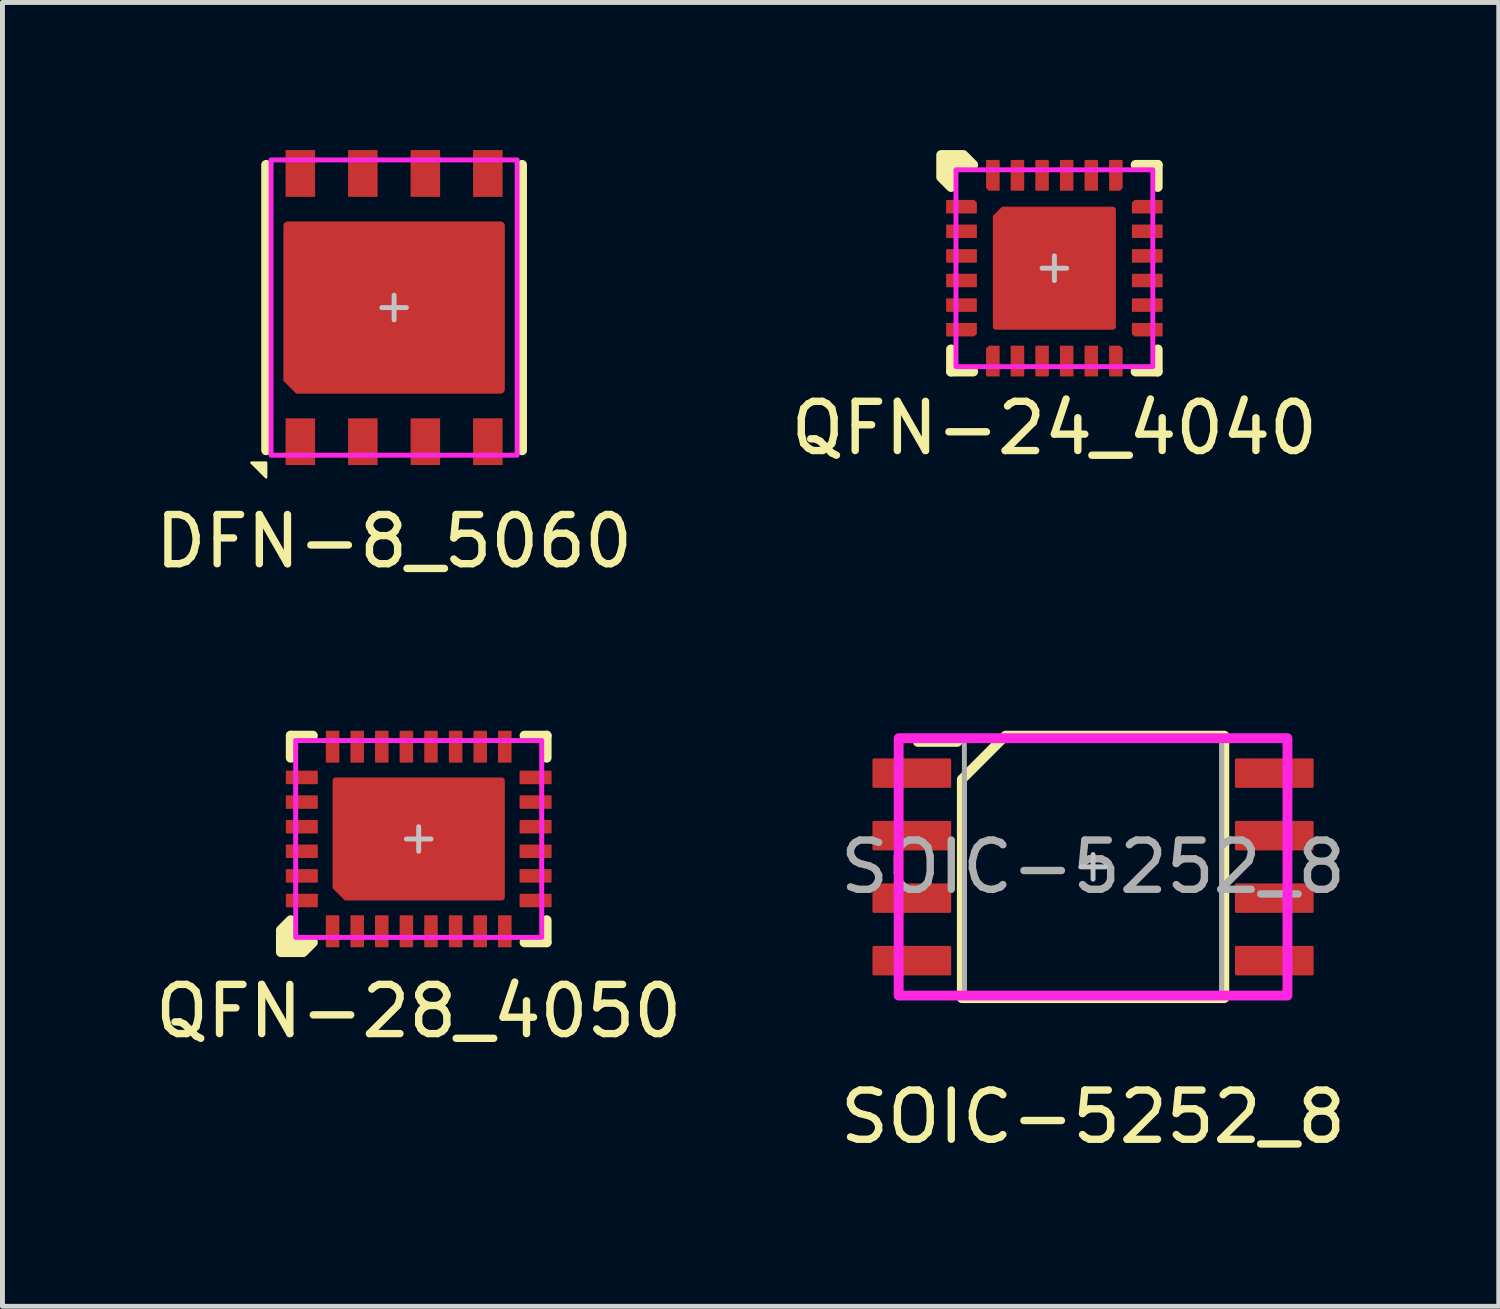
<source format=kicad_pcb>
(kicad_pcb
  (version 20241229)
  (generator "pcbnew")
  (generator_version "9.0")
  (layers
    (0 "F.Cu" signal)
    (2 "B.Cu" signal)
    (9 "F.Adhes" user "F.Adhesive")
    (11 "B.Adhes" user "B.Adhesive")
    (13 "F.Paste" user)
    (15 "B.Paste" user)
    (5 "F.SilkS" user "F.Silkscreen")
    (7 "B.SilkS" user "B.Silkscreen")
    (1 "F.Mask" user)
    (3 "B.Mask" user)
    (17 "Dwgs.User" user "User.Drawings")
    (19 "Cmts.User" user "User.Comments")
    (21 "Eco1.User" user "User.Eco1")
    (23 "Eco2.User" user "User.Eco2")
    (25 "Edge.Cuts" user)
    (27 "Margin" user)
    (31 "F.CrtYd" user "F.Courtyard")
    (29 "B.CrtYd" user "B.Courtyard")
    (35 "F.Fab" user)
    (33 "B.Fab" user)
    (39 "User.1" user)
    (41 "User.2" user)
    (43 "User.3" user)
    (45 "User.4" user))
  (footprint "QFN-28_4050"
    (layer "F.Cu")
    (at 5.458 13.998)
    (property "Reference" "QFN-28_4050" (at 0 3.5 0) (unlocked yes) (layer "F.SilkS") (effects (font (size 1 1) (thickness 0.15))))
    (attr smd)
    (fp_line (start -2.6 -2.1) (end -2.6 -1.65) (stroke (width 0.2) (type solid)) (layer "F.SilkS"))
    (fp_line (start -2.15 -2.1) (end -2.6 -2.1) (stroke (width 0.2) (type solid)) (layer "F.SilkS"))
    (fp_line (start 2.15 2.1) (end 2.6 2.1) (stroke (width 0.2) (type solid)) (layer "F.SilkS"))
    (fp_line (start 2.6 -2.1) (end 2.15 -2.1) (stroke (width 0.2) (type solid)) (layer "F.SilkS"))
    (fp_line (start 2.6 -1.65) (end 2.6 -2.1) (stroke (width 0.2) (type solid)) (layer "F.SilkS"))
    (fp_line (start 2.6 2.1) (end 2.6 1.65) (stroke (width 0.2) (type solid)) (layer "F.SilkS"))
    (fp_poly (pts (xy -2.6 2.1) (xy -2.15 2.1) (xy -2.35 2.3) (xy -2.8 2.3) (xy -2.8 1.85) (xy -2.6 1.65)) (stroke (width 0.2) (type solid)) (fill yes) (layer "F.SilkS"))
    (fp_rect (start -1.6 -1.1) (end -0.75 -0.15) (stroke (width 0) (type solid)) (fill yes) (layer "F.Paste"))
    (fp_rect (start -0.45 -1.1) (end 0.45 -0.15) (stroke (width 0) (type solid)) (fill yes) (layer "F.Paste"))
    (fp_rect (start -0.45 0.15) (end 0.45 1.1) (stroke (width 0) (type solid)) (fill yes) (layer "F.Paste"))
    (fp_rect (start 0.75 -1.1) (end 1.6 -0.15) (stroke (width 0) (type solid)) (fill yes) (layer "F.Paste"))
    (fp_rect (start 0.75 0.15) (end 1.6 1.1) (stroke (width 0) (type solid)) (fill yes) (layer "F.Paste"))
    (fp_poly (pts (xy -0.75 1.1) (xy -1.4 1.1) (xy -1.6 0.9) (xy -1.6 0.15) (xy -0.75 0.15)) (stroke (width 0) (type solid)) (fill yes) (layer "F.Paste"))
    (fp_line (start -0.25 0) (end 0.25 0) (stroke (width 0.1) (type solid)) (layer "Dwgs.User"))
    (fp_line (start 0 0.25) (end 0 -0.25) (stroke (width 0.1) (type solid)) (layer "Dwgs.User"))
    (fp_rect (start -2.5 -2) (end 2.5 2) (stroke (width 0.1) (type solid)) (fill no) (layer "F.CrtYd"))
    (pad "1" smd roundrect (at -1.75 1.875 90) (size 0.65 0.275) (layers "F.Cu" "F.Mask" "F.Paste") (roundrect_rratio 0.05))
    (pad "2" smd roundrect (at -1.25 1.875 90) (size 0.65 0.275) (layers "F.Cu" "F.Mask" "F.Paste") (roundrect_rratio 0.05))
    (pad "3" smd roundrect (at -0.75 1.875 90) (size 0.65 0.275) (layers "F.Cu" "F.Mask" "F.Paste") (roundrect_rratio 0.05))
    (pad "4" smd roundrect (at -0.25 1.875 90) (size 0.65 0.275) (layers "F.Cu" "F.Mask" "F.Paste") (roundrect_rratio 0.05))
    (pad "5" smd roundrect (at 0.25 1.875 90) (size 0.65 0.275) (layers "F.Cu" "F.Mask" "F.Paste") (roundrect_rratio 0.05))
    (pad "6" smd roundrect (at 0.75 1.875 90) (size 0.65 0.275) (layers "F.Cu" "F.Mask" "F.Paste") (roundrect_rratio 0.05))
    (pad "7" smd roundrect (at 1.25 1.875 90) (size 0.65 0.275) (layers "F.Cu" "F.Mask" "F.Paste") (roundrect_rratio 0.05))
    (pad "8" smd roundrect (at 1.75 1.875 90) (size 0.65 0.275) (layers "F.Cu" "F.Mask" "F.Paste") (roundrect_rratio 0.05))
    (pad "9" smd roundrect (at 2.375 1.25) (size 0.65 0.275) (layers "F.Cu" "F.Mask" "F.Paste") (roundrect_rratio 0.05))
    (pad "10" smd roundrect (at 2.375 0.75) (size 0.65 0.275) (layers "F.Cu" "F.Mask" "F.Paste") (roundrect_rratio 0.05))
    (pad "11" smd roundrect (at 2.375 0.25) (size 0.65 0.275) (layers "F.Cu" "F.Mask" "F.Paste") (roundrect_rratio 0.05))
    (pad "12" smd roundrect (at 2.375 -0.25) (size 0.65 0.275) (layers "F.Cu" "F.Mask" "F.Paste") (roundrect_rratio 0.05))
    (pad "13" smd roundrect (at 2.375 -0.75) (size 0.65 0.275) (layers "F.Cu" "F.Mask" "F.Paste") (roundrect_rratio 0.05))
    (pad "14" smd roundrect (at 2.375 -1.25) (size 0.65 0.275) (layers "F.Cu" "F.Mask" "F.Paste") (roundrect_rratio 0.05))
    (pad "15" smd roundrect (at 1.75 -1.875 90) (size 0.65 0.275) (layers "F.Cu" "F.Mask" "F.Paste") (roundrect_rratio 0.05))
    (pad "16" smd roundrect (at 1.25 -1.875 90) (size 0.65 0.275) (layers "F.Cu" "F.Mask" "F.Paste") (roundrect_rratio 0.05))
    (pad "17" smd roundrect (at 0.75 -1.875 90) (size 0.65 0.275) (layers "F.Cu" "F.Mask" "F.Paste") (roundrect_rratio 0.05))
    (pad "18" smd roundrect (at 0.25 -1.875 90) (size 0.65 0.275) (layers "F.Cu" "F.Mask" "F.Paste") (roundrect_rratio 0.05))
    (pad "19" smd roundrect (at -0.25 -1.875 90) (size 0.65 0.275) (layers "F.Cu" "F.Mask" "F.Paste") (roundrect_rratio 0.05))
    (pad "20" smd roundrect (at -0.75 -1.875 90) (size 0.65 0.275) (layers "F.Cu" "F.Mask" "F.Paste") (roundrect_rratio 0.05))
    (pad "21" smd roundrect (at -1.25 -1.875 90) (size 0.65 0.275) (layers "F.Cu" "F.Mask" "F.Paste") (roundrect_rratio 0.05))
    (pad "22" smd roundrect (at -1.75 -1.875 90) (size 0.65 0.275) (layers "F.Cu" "F.Mask" "F.Paste") (roundrect_rratio 0.05))
    (pad "23" smd roundrect (at -2.375 -1.25) (size 0.65 0.275) (layers "F.Cu" "F.Mask" "F.Paste") (roundrect_rratio 0.05))
    (pad "24" smd roundrect (at -2.375 -0.75) (size 0.65 0.275) (layers "F.Cu" "F.Mask" "F.Paste") (roundrect_rratio 0.05))
    (pad "25" smd roundrect (at -2.375 -0.25) (size 0.65 0.275) (layers "F.Cu" "F.Mask" "F.Paste") (roundrect_rratio 0.05))
    (pad "26" smd roundrect (at -2.375 0.25) (size 0.65 0.275) (layers "F.Cu" "F.Mask" "F.Paste") (roundrect_rratio 0.05))
    (pad "27" smd roundrect (at -2.375 0.75) (size 0.65 0.275) (layers "F.Cu" "F.Mask" "F.Paste") (roundrect_rratio 0.05))
    (pad "28" smd roundrect (at -2.375 1.25) (size 0.65 0.275) (layers "F.Cu" "F.Mask" "F.Paste") (roundrect_rratio 0.05))
    (pad "EP" smd roundrect (at 0 0) (size 3.5 2.5) (layers "F.Cu" "F.Mask") (roundrect_rratio 0.025) (chamfer_ratio 0.1) (chamfer bottom_left)))
  (footprint "DFN-8_5060"
    (layer "F.Cu")
    (at 4.958 3.2)
    (property "Reference" "DFN-8_5060" (at 0 4.75 0) (unlocked yes) (layer "F.SilkS") (effects (font (size 1 1) (thickness 0.15))))
    (attr smd)
    (fp_line (start -2.6 -2.9) (end -2.6 2.9) (stroke (width 0.2) (type solid)) (layer "F.SilkS"))
    (fp_line (start 2.6 -2.9) (end 2.6 2.9) (stroke (width 0.2) (type solid)) (layer "F.SilkS"))
    (fp_poly (pts (xy -2.9 3.15) (xy -2.6 3.15) (xy -2.6 3.45)) (stroke (width 0.05) (type solid)) (fill yes) (layer "F.SilkS"))
    (fp_rect (start -2.1 -1.6) (end -0.9 -0.75) (stroke (width 0) (type solid)) (fill yes) (layer "F.Paste"))
    (fp_rect (start -2.1 -0.45) (end -0.9 0.45) (stroke (width 0) (type solid)) (fill yes) (layer "F.Paste"))
    (fp_rect (start -0.6 -1.6) (end 0.6 -0.75) (stroke (width 0) (type solid)) (fill yes) (layer "F.Paste"))
    (fp_rect (start -0.6 -0.45) (end 0.6 0.45) (stroke (width 0) (type solid)) (fill yes) (layer "F.Paste"))
    (fp_rect (start -0.6 0.75) (end 0.6 1.6) (stroke (width 0) (type solid)) (fill yes) (layer "F.Paste"))
    (fp_rect (start 0.9 -1.6) (end 2.1 -0.75) (stroke (width 0) (type solid)) (fill yes) (layer "F.Paste"))
    (fp_rect (start 0.9 -0.45) (end 2.1 0.45) (stroke (width 0) (type solid)) (fill yes) (layer "F.Paste"))
    (fp_rect (start 0.9 0.75) (end 2.1 1.6) (stroke (width 0) (type solid)) (fill yes) (layer "F.Paste"))
    (fp_poly (pts (xy -0.9 1.6) (xy -1.9 1.6) (xy -2.1 1.4) (xy -2.1 0.75) (xy -0.9 0.75)) (stroke (width 0) (type solid)) (fill yes) (layer "F.Paste"))
    (fp_line (start -0.25 0) (end 0.25 0) (stroke (width 0.1) (type solid)) (layer "Dwgs.User"))
    (fp_line (start 0 -0.25) (end 0 0.25) (stroke (width 0.1) (type solid)) (layer "Dwgs.User"))
    (fp_rect (start -2.5 -3) (end 2.5 3) (stroke (width 0.1) (type solid)) (fill no) (layer "F.CrtYd"))
    (pad "1" smd rect (at -1.905 2.725) (size 0.6 0.95) (layers "F.Cu" "F.Mask" "F.Paste"))
    (pad "2" smd rect (at -0.635 2.725) (size 0.6 0.95) (layers "F.Cu" "F.Mask" "F.Paste"))
    (pad "3" smd rect (at 0.635 2.725) (size 0.6 0.95) (layers "F.Cu" "F.Mask" "F.Paste"))
    (pad "4" smd rect (at 1.905 2.725) (size 0.6 0.95) (layers "F.Cu" "F.Mask" "F.Paste"))
    (pad "5" smd rect (at 1.905 -2.725) (size 0.6 0.95) (layers "F.Cu" "F.Mask" "F.Paste"))
    (pad "6" smd rect (at 0.635 -2.725) (size 0.6 0.95) (layers "F.Cu" "F.Mask" "F.Paste"))
    (pad "7" smd rect (at -0.635 -2.725) (size 0.6 0.95) (layers "F.Cu" "F.Mask" "F.Paste"))
    (pad "8" smd rect (at -1.905 -2.725) (size 0.6 0.95) (layers "F.Cu" "F.Mask" "F.Paste"))
    (pad "EP" smd roundrect (at 0 0) (size 4.5 3.5) (layers "F.Cu" "F.Mask") (roundrect_rratio 0.025) (chamfer_ratio 0.075) (chamfer bottom_left)))
  (footprint "QFN-24_4040"
    (layer "F.Cu")
    (at 18.375 2.4)
    (property "Reference" "QFN-24_4040" (at 0 3.25 0) (unlocked yes) (layer "F.SilkS") (effects (font (size 1 1) (thickness 0.15))))
    (attr smd)
    (fp_line (start -2.1 1.65) (end -2.1 2.1) (stroke (width 0.2) (type solid)) (layer "F.SilkS"))
    (fp_line (start -2.1 2.1) (end -1.65 2.1) (stroke (width 0.2) (type solid)) (layer "F.SilkS"))
    (fp_line (start 1.65 2.1) (end 2.1 2.1) (stroke (width 0.2) (type solid)) (layer "F.SilkS"))
    (fp_line (start 2.1 -2.1) (end 1.65 -2.1) (stroke (width 0.2) (type solid)) (layer "F.SilkS"))
    (fp_line (start 2.1 -1.65) (end 2.1 -2.1) (stroke (width 0.2) (type solid)) (layer "F.SilkS"))
    (fp_line (start 2.1 2.1) (end 2.1 1.65) (stroke (width 0.2) (type solid)) (layer "F.SilkS"))
    (fp_poly (pts (xy -2.1 -2.1) (xy -2.1 -1.65) (xy -2.3 -1.85) (xy -2.3 -2.3) (xy -1.85 -2.3) (xy -1.65 -2.1)) (stroke (width 0.2) (type solid)) (fill yes) (layer "F.SilkS"))
    (fp_rect (start -0.15 0.15) (end -1.1 1.1) (stroke (width 0) (type solid)) (fill yes) (layer "F.Paste"))
    (fp_rect (start 1.1 -1.1) (end 0.15 -0.15) (stroke (width 0) (type solid)) (fill yes) (layer "F.Paste"))
    (fp_rect (start 1.1 0.15) (end 0.15 1.1) (stroke (width 0) (type solid)) (fill yes) (layer "F.Paste"))
    (fp_poly (pts (xy -1.1 -0.15) (xy -1.1 -1) (xy -1 -1.1) (xy -0.15 -1.1) (xy -0.15 -0.15)) (stroke (width 0) (type solid)) (fill yes) (layer "F.Paste"))
    (fp_line (start -0.25 0) (end 0.25 0) (stroke (width 0.1) (type solid)) (layer "Dwgs.User"))
    (fp_line (start 0 -0.25) (end 0 0.25) (stroke (width 0.1) (type solid)) (layer "Dwgs.User"))
    (fp_rect (start 2 -2) (end -2 2) (stroke (width 0.1) (type solid)) (fill no) (layer "F.CrtYd"))
    (pad "1" smd roundrect (at -1.887 -1.25) (size 0.625 0.275) (layers "F.Cu" "F.Mask" "F.Paste") (roundrect_rratio 0.05) (chamfer_ratio 0.2) (chamfer top_right))
    (pad "2" smd roundrect (at -1.887 -0.75) (size 0.625 0.275) (layers "F.Cu" "F.Mask" "F.Paste") (roundrect_rratio 0.05))
    (pad "3" smd roundrect (at -1.887 -0.25) (size 0.625 0.275) (layers "F.Cu" "F.Mask" "F.Paste") (roundrect_rratio 0.05))
    (pad "4" smd roundrect (at -1.887 0.25) (size 0.625 0.275) (layers "F.Cu" "F.Mask" "F.Paste") (roundrect_rratio 0.05))
    (pad "5" smd roundrect (at -1.887 0.75) (size 0.625 0.275) (layers "F.Cu" "F.Mask" "F.Paste") (roundrect_rratio 0.05))
    (pad "6" smd roundrect (at -1.887 1.25) (size 0.625 0.275) (layers "F.Cu" "F.Mask" "F.Paste") (roundrect_rratio 0.05) (chamfer_ratio 0.2) (chamfer bottom_right))
    (pad "7" smd roundrect (at -1.25 1.887 90) (size 0.625 0.275) (layers "F.Cu" "F.Mask" "F.Paste") (roundrect_rratio 0.05) (chamfer_ratio 0.2) (chamfer top_right))
    (pad "8" smd roundrect (at -0.75 1.887 90) (size 0.625 0.275) (layers "F.Cu" "F.Mask" "F.Paste") (roundrect_rratio 0.05))
    (pad "9" smd roundrect (at -0.25 1.887 90) (size 0.625 0.275) (layers "F.Cu" "F.Mask" "F.Paste") (roundrect_rratio 0.05))
    (pad "10" smd roundrect (at 0.25 1.887 90) (size 0.625 0.275) (layers "F.Cu" "F.Mask" "F.Paste") (roundrect_rratio 0.05))
    (pad "11" smd roundrect (at 0.75 1.887 90) (size 0.625 0.275) (layers "F.Cu" "F.Mask" "F.Paste") (roundrect_rratio 0.05))
    (pad "12" smd roundrect (at 1.25 1.887 90) (size 0.625 0.275) (layers "F.Cu" "F.Mask" "F.Paste") (roundrect_rratio 0.05) (chamfer_ratio 0.2) (chamfer bottom_right))
    (pad "13" smd roundrect (at 1.887 1.25 180) (size 0.625 0.275) (layers "F.Cu" "F.Mask" "F.Paste") (roundrect_rratio 0.05) (chamfer_ratio 0.2) (chamfer top_right))
    (pad "14" smd roundrect (at 1.887 0.75 180) (size 0.625 0.275) (layers "F.Cu" "F.Mask" "F.Paste") (roundrect_rratio 0.05))
    (pad "15" smd roundrect (at 1.887 0.25 180) (size 0.625 0.275) (layers "F.Cu" "F.Mask" "F.Paste") (roundrect_rratio 0.05))
    (pad "16" smd roundrect (at 1.887 -0.25 180) (size 0.625 0.275) (layers "F.Cu" "F.Mask" "F.Paste") (roundrect_rratio 0.05))
    (pad "17" smd roundrect (at 1.887 -0.75 180) (size 0.625 0.275) (layers "F.Cu" "F.Mask" "F.Paste") (roundrect_rratio 0.05))
    (pad "18" smd roundrect (at 1.887 -1.25 180) (size 0.625 0.275) (layers "F.Cu" "F.Mask" "F.Paste") (roundrect_rratio 0.05) (chamfer_ratio 0.2) (chamfer bottom_right))
    (pad "19" smd roundrect (at 1.25 -1.887 270) (size 0.625 0.275) (layers "F.Cu" "F.Mask" "F.Paste") (roundrect_rratio 0.05) (chamfer_ratio 0.2) (chamfer top_right))
    (pad "20" smd roundrect (at 0.75 -1.887 270) (size 0.625 0.275) (layers "F.Cu" "F.Mask" "F.Paste") (roundrect_rratio 0.05))
    (pad "21" smd roundrect (at 0.25 -1.887 270) (size 0.625 0.275) (layers "F.Cu" "F.Mask" "F.Paste") (roundrect_rratio 0.05))
    (pad "22" smd roundrect (at -0.25 -1.887 270) (size 0.625 0.275) (layers "F.Cu" "F.Mask" "F.Paste") (roundrect_rratio 0.05))
    (pad "23" smd roundrect (at -0.75 -1.887 270) (size 0.625 0.275) (layers "F.Cu" "F.Mask" "F.Paste") (roundrect_rratio 0.05))
    (pad "24" smd roundrect (at -1.25 -1.887 270) (size 0.625 0.275) (layers "F.Cu" "F.Mask" "F.Paste") (roundrect_rratio 0.05) (chamfer_ratio 0.2) (chamfer bottom_right))
    (pad "EP" smd roundrect (at 0 0 270) (size 2.5 2.5) (layers "F.Cu" "F.Mask") (roundrect_rratio 0.025) (chamfer_ratio 0.075) (chamfer bottom_left)))
  (footprint "SOIC-5252_8"
    (layer "F.Cu")
    (at 19.161 14.565)
    (property "Reference" "SOIC-5252_8" (at 0 5.08 0) (unlocked yes) (layer "F.SilkS") (effects (font (size 1 1) (thickness 0.15))))
    (attr smd)
    (fp_line (start -3.56 -2.54) (end -2.76 -2.54) (stroke (width 0.2) (type solid)) (layer "F.SilkS"))
    (fp_poly (pts (xy 2.667 2.667) (xy -2.667 2.667) (xy -2.667 -1.778) (xy -1.778 -2.667) (xy 2.667 -2.667)) (stroke (width 0.2) (type solid)) (fill no) (layer "F.SilkS"))
    (fp_line (start -0.25 0) (end 0.25 0) (stroke (width 0.1) (type solid)) (layer "Dwgs.User"))
    (fp_line (start 0 0.25) (end 0 -0.25) (stroke (width 0.1) (type solid)) (layer "Dwgs.User"))
    (fp_rect (start -3.95 -2.615) (end 3.95 2.615) (stroke (width 0.2) (type solid)) (fill no) (layer "F.CrtYd"))
    (fp_rect (start -2.615 -2.615) (end 2.615 2.615) (stroke (width 0.1) (type solid)) (fill no) (layer "F.Fab"))
    (fp_text user "${REFERENCE}" (at 0 0 0) (unlocked yes) (layer "F.Fab") (effects (font (size 1 1) (thickness 0.15))))
    (pad "1" smd roundrect (at -3.683 -1.905) (size 1.6 0.6) (layers "F.Cu" "F.Mask" "F.Paste") (roundrect_rratio 0.05))
    (pad "2" smd roundrect (at -3.683 -0.635) (size 1.6 0.6) (layers "F.Cu" "F.Mask" "F.Paste") (roundrect_rratio 0.05))
    (pad "3" smd roundrect (at -3.683 0.635) (size 1.6 0.6) (layers "F.Cu" "F.Mask" "F.Paste") (roundrect_rratio 0.05))
    (pad "4" smd roundrect (at -3.683 1.905) (size 1.6 0.6) (layers "F.Cu" "F.Mask" "F.Paste") (roundrect_rratio 0.05))
    (pad "5" smd roundrect (at 3.683 1.905) (size 1.6 0.6) (layers "F.Cu" "F.Mask" "F.Paste") (roundrect_rratio 0.05))
    (pad "6" smd roundrect (at 3.683 0.635) (size 1.6 0.6) (layers "F.Cu" "F.Mask" "F.Paste") (roundrect_rratio 0.05))
    (pad "7" smd roundrect (at 3.683 -0.635) (size 1.6 0.6) (layers "F.Cu" "F.Mask" "F.Paste") (roundrect_rratio 0.05))
    (pad "8" smd roundrect (at 3.683 -1.905) (size 1.6 0.6) (layers "F.Cu" "F.Mask" "F.Paste") (roundrect_rratio 0.05)))
  (gr_rect
    (start -3 -3)
    (end 27.405 23.494)
    (stroke (width 0.1) (type default))
    (fill no)
    (layer "Edge.Cuts")))
</source>
